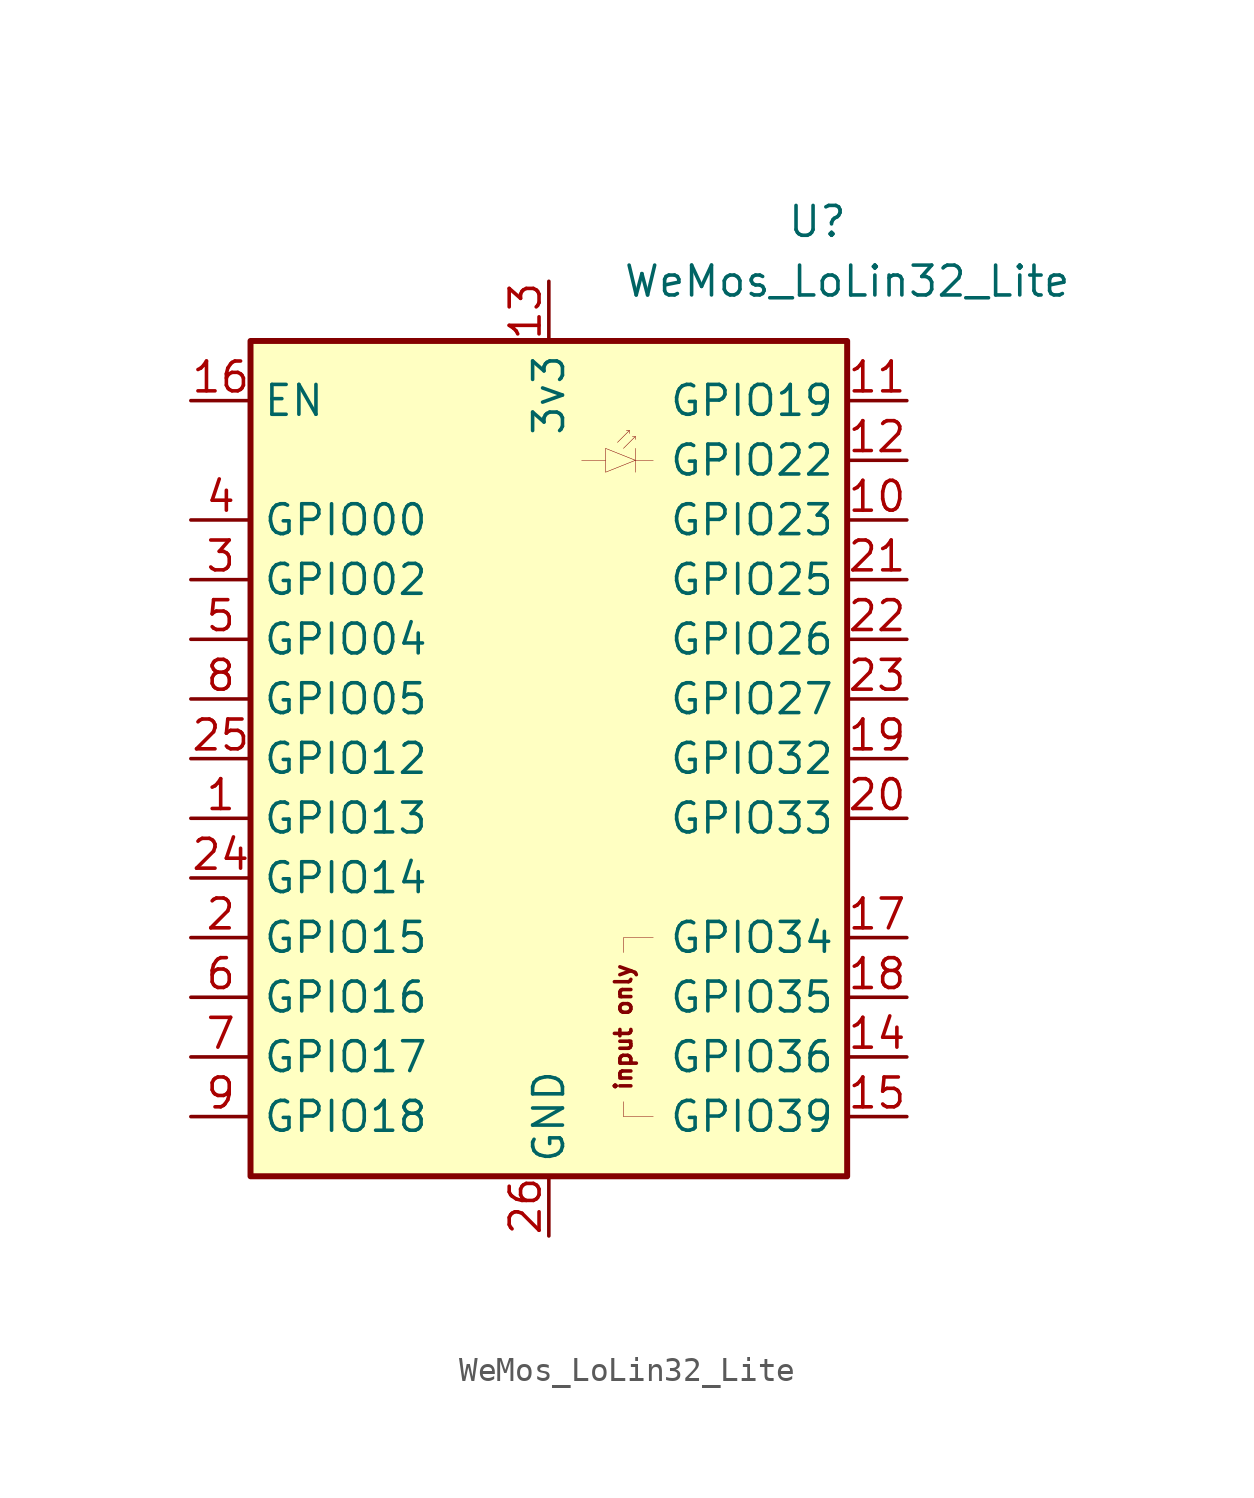
<source format=kicad_sym>
(kicad_symbol_lib
  (version 20200908)
  (generator kicad_symbol_editor)
  (symbol "MCU_Module:WeMos_LoLin32_Lite"
    (property "Reference" "U"
      (at 11.43 22.86 0)
      (effects (font (size 1.27 1.27))))
    (property "Value" "WeMos_LoLin32_Lite"
      (at 12.7 20.32 0)
      (effects (font (size 1.27 1.27))))
    (symbol "WeMos_LoLin32_Lite_0_0"
      (text "input only" (at 3.175 -11.43 900) (effects (font (size 0.7 0.7))))
      (polyline (pts (xy 4.445 -7.62) (xy 3.175 -7.62) (xy 3.175 -8.255)) (stroke (width 0.001)) (fill (type none)))
      (polyline (pts (xy 4.445 -15.24) (xy 3.175 -15.24) (xy 3.175 -14.605)) (stroke (width 0.001)) (fill (type none))))
    (symbol "WeMos_LoLin32_Lite_0_1"
      (rectangle (start -12.7 17.78) (end 12.7 -17.78) (stroke (width 0.254)) (fill (type background)))
      (polyline (pts (xy 2.413 13.208) (xy 2.413 12.192) (xy 3.683 12.7) (xy 2.413 13.208)) (stroke (width 0.001)) (fill (type none)))
      (polyline (pts (xy 3.683 13.208) (xy 3.683 12.192)) (stroke (width 0.001)) (fill (type none)))
      (polyline (pts (xy 3.683 12.7) (xy 4.445 12.7)) (stroke (width 0.001)) (fill (type none)))
      (polyline (pts (xy 2.413 12.7) (xy 1.397 12.7)) (stroke (width 0.001)) (fill (type none)))
      (polyline (pts (xy 2.921 13.462) (xy 3.429 13.97)) (stroke (width 0.001)) (fill (type none)))
      (polyline (pts (xy 3.175 13.208) (xy 3.683 13.716)) (stroke (width 0.001)) (fill (type none)))
      (polyline (pts (xy 3.302 13.97) (xy 3.429 13.97) (xy 3.429 13.843)) (stroke (width 0.001)) (fill (type none)))
      (polyline (pts (xy 3.556 13.716) (xy 3.683 13.716) (xy 3.683 13.589)) (stroke (width 0.001)) (fill (type none))))
    (symbol "WeMos_LoLin32_Lite_1_1"
      (pin bidirectional line (at -15.24 -2.54 0) (length 2.54) (name "GPIO13" (effects (font (size 1.27 1.27)))) (number "1" (effects (font (size 1.27 1.27)))))
      (pin bidirectional line (at -15.24 -7.62 0) (length 2.54) (name "GPIO15" (effects (font (size 1.27 1.27)))) (number "2" (effects (font (size 1.27 1.27)))))
      (pin bidirectional line (at -15.24 7.62 0) (length 2.54) (name "GPIO02" (effects (font (size 1.27 1.27)))) (number "3" (effects (font (size 1.27 1.27)))))
      (pin bidirectional line (at -15.24 10.16 0) (length 2.54) (name "GPIO00" (effects (font (size 1.27 1.27)))) (number "4" (effects (font (size 1.27 1.27)))))
      (pin bidirectional line (at -15.24 5.08 0) (length 2.54) (name "GPIO04" (effects (font (size 1.27 1.27)))) (number "5" (effects (font (size 1.27 1.27)))))
      (pin bidirectional line (at -15.24 -10.16 0) (length 2.54) (name "GPIO16" (effects (font (size 1.27 1.27)))) (number "6" (effects (font (size 1.27 1.27)))))
      (pin bidirectional line (at -15.24 -12.7 0) (length 2.54) (name "GPIO17" (effects (font (size 1.27 1.27)))) (number "7" (effects (font (size 1.27 1.27)))))
      (pin bidirectional line (at -15.24 2.54 0) (length 2.54) (name "GPIO05" (effects (font (size 1.27 1.27)))) (number "8" (effects (font (size 1.27 1.27)))))
      (pin bidirectional line (at -15.24 -15.24 0) (length 2.54) (name "GPIO18" (effects (font (size 1.27 1.27)))) (number "9" (effects (font (size 1.27 1.27)))))
      (pin bidirectional line (at 15.24 10.16 180) (length 2.54) (name "GPIO23" (effects (font (size 1.27 1.27)))) (number "10" (effects (font (size 1.27 1.27)))))
      (pin bidirectional line (at 15.24 15.24 180) (length 2.54) (name "GPIO19" (effects (font (size 1.27 1.27)))) (number "11" (effects (font (size 1.27 1.27)))))
      (pin bidirectional line (at 15.24 12.7 180) (length 2.54) (name "GPIO22" (effects (font (size 1.27 1.27)))) (number "12" (effects (font (size 1.27 1.27)))))
      (pin power_in line (at 0 20.32 270) (length 2.54) (name "3v3" (effects (font (size 1.27 1.27)))) (number "13" (effects (font (size 1.27 1.27)))))
      (pin bidirectional line (at 15.24 -12.7 180) (length 2.54) (name "GPIO36" (effects (font (size 1.27 1.27)))) (number "14" (effects (font (size 1.27 1.27)))))
      (pin bidirectional line (at 15.24 -15.24 180) (length 2.54) (name "GPIO39" (effects (font (size 1.27 1.27)))) (number "15" (effects (font (size 1.27 1.27)))))
      (pin input line (at -15.24 15.24 0) (length 2.54) (name "EN" (effects (font (size 1.27 1.27)))) (number "16" (effects (font (size 1.27 1.27)))))
      (pin bidirectional line (at 15.24 -7.62 180) (length 2.54) (name "GPIO34" (effects (font (size 1.27 1.27)))) (number "17" (effects (font (size 1.27 1.27)))))
      (pin bidirectional line (at 15.24 -10.16 180) (length 2.54) (name "GPIO35" (effects (font (size 1.27 1.27)))) (number "18" (effects (font (size 1.27 1.27)))))
      (pin bidirectional line (at 15.24 0 180) (length 2.54) (name "GPIO32" (effects (font (size 1.27 1.27)))) (number "19" (effects (font (size 1.27 1.27)))))
      (pin bidirectional line (at 15.24 -2.54 180) (length 2.54) (name "GPIO33" (effects (font (size 1.27 1.27)))) (number "20" (effects (font (size 1.27 1.27)))))
      (pin bidirectional line (at 15.24 7.62 180) (length 2.54) (name "GPIO25" (effects (font (size 1.27 1.27)))) (number "21" (effects (font (size 1.27 1.27)))))
      (pin bidirectional line (at 15.24 5.08 180) (length 2.54) (name "GPIO26" (effects (font (size 1.27 1.27)))) (number "22" (effects (font (size 1.27 1.27)))))
      (pin bidirectional line (at 15.24 2.54 180) (length 2.54) (name "GPIO27" (effects (font (size 1.27 1.27)))) (number "23" (effects (font (size 1.27 1.27)))))
      (pin bidirectional line (at -15.24 -5.08 0) (length 2.54) (name "GPIO14" (effects (font (size 1.27 1.27)))) (number "24" (effects (font (size 1.27 1.27)))))
      (pin bidirectional line (at -15.24 0 0) (length 2.54) (name "GPIO12" (effects (font (size 1.27 1.27)))) (number "25" (effects (font (size 1.27 1.27)))))
      (pin power_in line (at 0 -20.32 90) (length 2.54) (name "GND" (effects (font (size 1.27 1.27)))) (number "26" (effects (font (size 1.27 1.27))))))))
</source>
